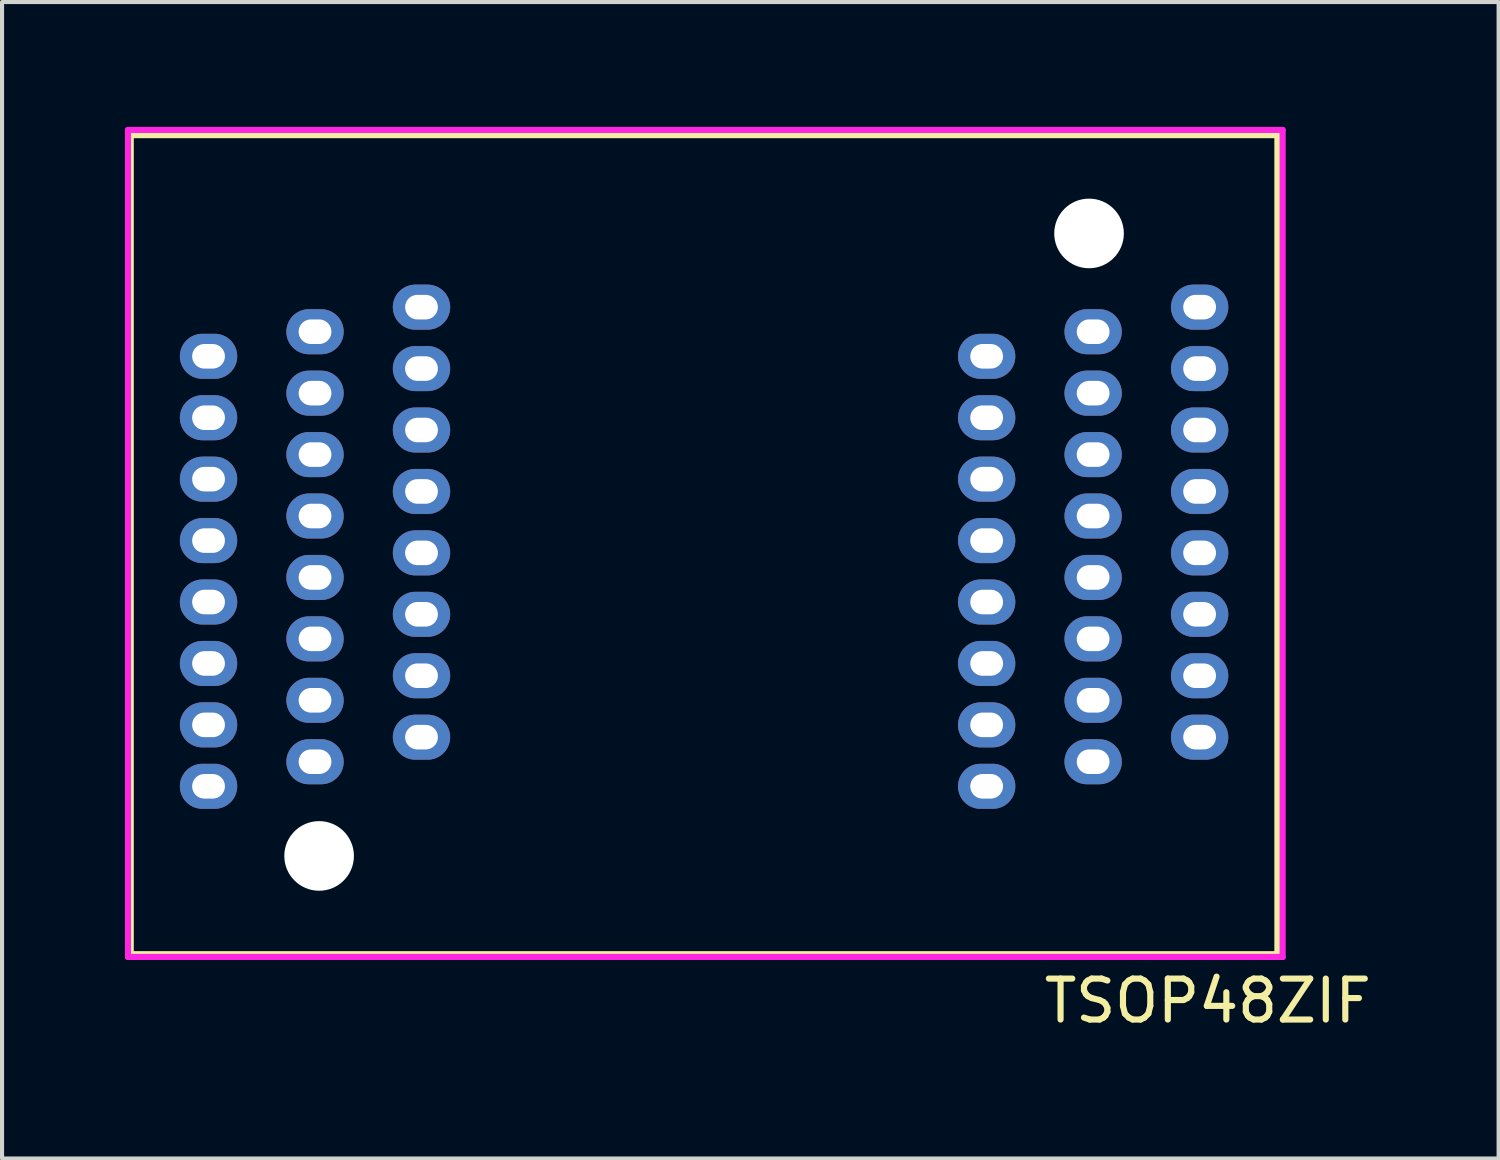
<source format=kicad_pcb>
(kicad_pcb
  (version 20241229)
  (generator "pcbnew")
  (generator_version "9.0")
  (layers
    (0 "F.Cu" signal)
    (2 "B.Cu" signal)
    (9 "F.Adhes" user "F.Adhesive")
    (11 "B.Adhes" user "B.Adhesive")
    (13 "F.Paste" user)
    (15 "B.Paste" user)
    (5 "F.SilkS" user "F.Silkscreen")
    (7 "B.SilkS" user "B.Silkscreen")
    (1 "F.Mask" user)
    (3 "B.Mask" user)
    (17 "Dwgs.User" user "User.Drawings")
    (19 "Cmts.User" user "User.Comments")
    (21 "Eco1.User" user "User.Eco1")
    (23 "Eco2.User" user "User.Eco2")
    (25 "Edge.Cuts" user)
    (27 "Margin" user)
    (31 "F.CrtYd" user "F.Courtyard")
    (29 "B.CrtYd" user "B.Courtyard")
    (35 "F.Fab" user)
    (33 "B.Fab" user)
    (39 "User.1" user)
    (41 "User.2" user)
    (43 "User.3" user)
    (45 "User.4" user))
  (footprint "TSOP48ZIF"
    (layer "F.Cu")
    (at 28.142 0.25)
    (property "Reference" "TSOP48ZIF" (at -1.7 21.14 0) (layer "F.SilkS") (effects (font (size 1 1) (thickness 0.15))))
    (attr through_hole)
    (fp_line (start -28 0) (end 0 0) (stroke (width 0.15) (type solid)) (layer "F.SilkS"))
    (fp_line (start -28 20) (end -28 0) (stroke (width 0.15) (type solid)) (layer "F.SilkS"))
    (fp_line (start 0 0) (end 0 20) (stroke (width 0.15) (type solid)) (layer "F.SilkS"))
    (fp_line (start 0 20) (end -28 20) (stroke (width 0.15) (type solid)) (layer "F.SilkS"))
    (fp_line (start -28.067 -0.127) (end -28.067 20.066) (stroke (width 0.15) (type solid)) (layer "F.CrtYd"))
    (fp_line (start -28.067 20.066) (end 0.127 20.066) (stroke (width 0.15) (type solid)) (layer "F.CrtYd"))
    (fp_line (start 0.127 -0.127) (end -28.067 -0.127) (stroke (width 0.15) (type solid)) (layer "F.CrtYd"))
    (fp_line (start 0.127 20.066) (end 0.127 -0.127) (stroke (width 0.15) (type solid)) (layer "F.CrtYd"))
    (pad "" np_thru_hole circle (at -23.4 17.6) (size 1.7 1.7) (drill 1.7) (layers "*.Cu" "*.Mask"))
    (pad "" np_thru_hole circle (at -4.6 2.4) (size 1.7 1.7) (drill 1.7) (layers "*.Cu" "*.Mask"))
    (pad "1" thru_hole oval (at -20.9 4.2) (size 1.4 1.1) (drill oval 0.8 0.6) (layers "*.Cu" "*.Mask"))
    (pad "2" thru_hole oval (at -23.5 4.8) (size 1.4 1.1) (drill oval 0.8 0.6) (layers "*.Cu" "*.Mask"))
    (pad "3" thru_hole oval (at -26.1 5.4) (size 1.4 1.1) (drill oval 0.8 0.6) (layers "*.Cu" "*.Mask"))
    (pad "4" thru_hole oval (at -20.9 5.7) (size 1.4 1.1) (drill oval 0.8 0.6) (layers "*.Cu" "*.Mask"))
    (pad "5" thru_hole oval (at -23.5 6.3) (size 1.4 1.1) (drill oval 0.8 0.6) (layers "*.Cu" "*.Mask"))
    (pad "6" thru_hole oval (at -26.1 6.9) (size 1.4 1.1) (drill oval 0.8 0.6) (layers "*.Cu" "*.Mask"))
    (pad "7" thru_hole oval (at -20.9 7.2) (size 1.4 1.1) (drill oval 0.8 0.6) (layers "*.Cu" "*.Mask"))
    (pad "8" thru_hole oval (at -23.5 7.8) (size 1.4 1.1) (drill oval 0.8 0.6) (layers "*.Cu" "*.Mask"))
    (pad "9" thru_hole oval (at -26.1 8.4) (size 1.4 1.1) (drill oval 0.8 0.6) (layers "*.Cu" "*.Mask"))
    (pad "10" thru_hole oval (at -20.9 8.7) (size 1.4 1.1) (drill oval 0.8 0.6) (layers "*.Cu" "*.Mask"))
    (pad "11" thru_hole oval (at -23.5 9.3) (size 1.4 1.1) (drill oval 0.8 0.6) (layers "*.Cu" "*.Mask"))
    (pad "12" thru_hole oval (at -26.1 9.9) (size 1.4 1.1) (drill oval 0.8 0.6) (layers "*.Cu" "*.Mask"))
    (pad "13" thru_hole oval (at -20.9 10.2) (size 1.4 1.1) (drill oval 0.8 0.6) (layers "*.Cu" "*.Mask"))
    (pad "14" thru_hole oval (at -23.5 10.8) (size 1.4 1.1) (drill oval 0.8 0.6) (layers "*.Cu" "*.Mask"))
    (pad "15" thru_hole oval (at -26.1 11.4) (size 1.4 1.1) (drill oval 0.8 0.6) (layers "*.Cu" "*.Mask"))
    (pad "16" thru_hole oval (at -20.9 11.7) (size 1.4 1.1) (drill oval 0.8 0.6) (layers "*.Cu" "*.Mask"))
    (pad "17" thru_hole oval (at -23.5 12.3) (size 1.4 1.1) (drill oval 0.8 0.6) (layers "*.Cu" "*.Mask"))
    (pad "18" thru_hole oval (at -26.1 12.9) (size 1.4 1.1) (drill oval 0.8 0.6) (layers "*.Cu" "*.Mask"))
    (pad "19" thru_hole oval (at -20.9 13.2) (size 1.4 1.1) (drill oval 0.8 0.6) (layers "*.Cu" "*.Mask"))
    (pad "20" thru_hole oval (at -23.5 13.8) (size 1.4 1.1) (drill oval 0.8 0.6) (layers "*.Cu" "*.Mask"))
    (pad "21" thru_hole oval (at -26.1 14.4) (size 1.4 1.1) (drill oval 0.8 0.6) (layers "*.Cu" "*.Mask"))
    (pad "22" thru_hole oval (at -20.9 14.7) (size 1.4 1.1) (drill oval 0.8 0.6) (layers "*.Cu" "*.Mask"))
    (pad "23" thru_hole oval (at -23.5 15.3) (size 1.4 1.1) (drill oval 0.8 0.6) (layers "*.Cu" "*.Mask"))
    (pad "24" thru_hole oval (at -26.1 15.9) (size 1.4 1.1) (drill oval 0.8 0.6) (layers "*.Cu" "*.Mask"))
    (pad "25" thru_hole oval (at -7.1 15.9) (size 1.4 1.1) (drill oval 0.8 0.6) (layers "*.Cu" "*.Mask"))
    (pad "26" thru_hole oval (at -4.5 15.3) (size 1.4 1.1) (drill oval 0.8 0.6) (layers "*.Cu" "*.Mask"))
    (pad "27" thru_hole oval (at -1.9 14.7) (size 1.4 1.1) (drill oval 0.8 0.6) (layers "*.Cu" "*.Mask"))
    (pad "28" thru_hole oval (at -7.1 14.4) (size 1.4 1.1) (drill oval 0.8 0.6) (layers "*.Cu" "*.Mask"))
    (pad "29" thru_hole oval (at -4.5 13.8) (size 1.4 1.1) (drill oval 0.8 0.6) (layers "*.Cu" "*.Mask"))
    (pad "30" thru_hole oval (at -1.9 13.2) (size 1.4 1.1) (drill oval 0.8 0.6) (layers "*.Cu" "*.Mask"))
    (pad "31" thru_hole oval (at -7.1 12.9) (size 1.4 1.1) (drill oval 0.8 0.6) (layers "*.Cu" "*.Mask"))
    (pad "32" thru_hole oval (at -4.5 12.3) (size 1.4 1.1) (drill oval 0.8 0.6) (layers "*.Cu" "*.Mask"))
    (pad "33" thru_hole oval (at -1.9 11.7) (size 1.4 1.1) (drill oval 0.8 0.6) (layers "*.Cu" "*.Mask"))
    (pad "34" thru_hole oval (at -7.1 11.4) (size 1.4 1.1) (drill oval 0.8 0.6) (layers "*.Cu" "*.Mask"))
    (pad "35" thru_hole oval (at -4.5 10.8) (size 1.4 1.1) (drill oval 0.8 0.6) (layers "*.Cu" "*.Mask"))
    (pad "36" thru_hole oval (at -1.9 10.2) (size 1.4 1.1) (drill oval 0.8 0.6) (layers "*.Cu" "*.Mask"))
    (pad "37" thru_hole oval (at -7.1 9.9) (size 1.4 1.1) (drill oval 0.8 0.6) (layers "*.Cu" "*.Mask"))
    (pad "38" thru_hole oval (at -4.5 9.3) (size 1.4 1.1) (drill oval 0.8 0.6) (layers "*.Cu" "*.Mask"))
    (pad "39" thru_hole oval (at -1.9 8.7) (size 1.4 1.1) (drill oval 0.8 0.6) (layers "*.Cu" "*.Mask"))
    (pad "40" thru_hole oval (at -7.1 8.4) (size 1.4 1.1) (drill oval 0.8 0.6) (layers "*.Cu" "*.Mask"))
    (pad "41" thru_hole oval (at -4.5 7.8) (size 1.4 1.1) (drill oval 0.8 0.6) (layers "*.Cu" "*.Mask"))
    (pad "42" thru_hole oval (at -1.9 7.2) (size 1.4 1.1) (drill oval 0.8 0.6) (layers "*.Cu" "*.Mask"))
    (pad "43" thru_hole oval (at -7.1 6.9) (size 1.4 1.1) (drill oval 0.8 0.6) (layers "*.Cu" "*.Mask"))
    (pad "44" thru_hole oval (at -4.5 6.3) (size 1.4 1.1) (drill oval 0.8 0.6) (layers "*.Cu" "*.Mask"))
    (pad "45" thru_hole oval (at -1.9 5.7) (size 1.4 1.1) (drill oval 0.8 0.6) (layers "*.Cu" "*.Mask"))
    (pad "46" thru_hole oval (at -7.1 5.4) (size 1.4 1.1) (drill oval 0.8 0.6) (layers "*.Cu" "*.Mask"))
    (pad "47" thru_hole oval (at -4.5 4.8) (size 1.4 1.1) (drill oval 0.8 0.6) (layers "*.Cu" "*.Mask"))
    (pad "48" thru_hole oval (at -1.9 4.2) (size 1.4 1.1) (drill oval 0.8 0.6) (layers "*.Cu" "*.Mask")))
  (gr_rect
    (start -3 -3)
    (end 33.543 25.238)
    (stroke (width 0.1) (type default))
    (fill no)
    (layer "Edge.Cuts")))
</source>
